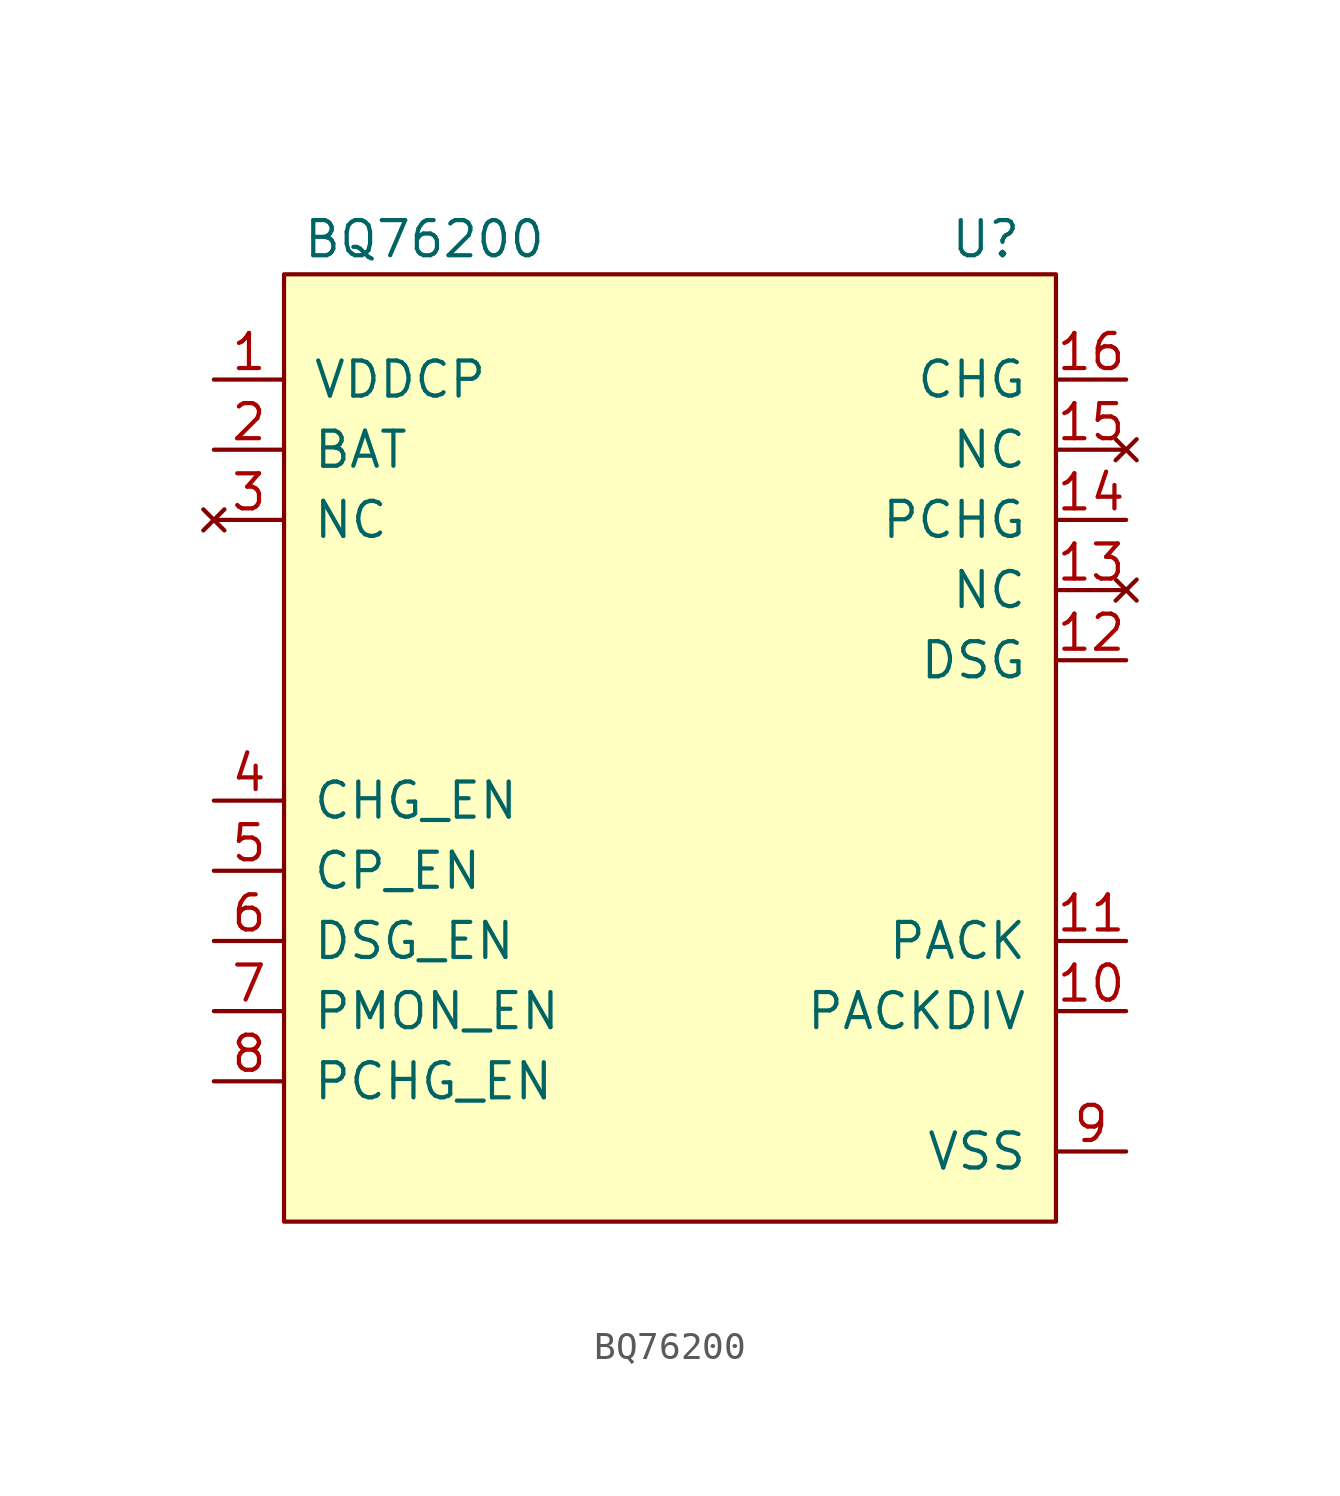
<source format=kicad_sym>
(kicad_symbol_lib
  (version 20220914)
  (generator kicad_symbol_editor)
  (symbol "BQ76200"
    (pin_names
      (offset 1.016))
    (property "Reference" "U"
      (at 11.43 17.78 0)
      (effects (font (size 1.27 1.27))))
    (property "Value" "BQ76200"
      (at -8.89 17.78 0)
      (effects (font (size 1.27 1.27))))
    (symbol "BQ76200_0_1"
      (rectangle (start -13.97 16.51) (end 13.97 -17.78) (stroke (width 0) (type solid)) (fill (type background))))
    (symbol "BQ76200_1_1"
      (pin passive line (at -16.51 12.7 0) (length 2.54) (name "VDDCP" (effects (font (size 1.27 1.27)))) (number "1" (effects (font (size 1.27 1.27)))))
      (pin output line (at 16.51 -10.16 180) (length 2.54) (name "PACKDIV" (effects (font (size 1.27 1.27)))) (number "10" (effects (font (size 1.27 1.27)))))
      (pin input line (at 16.51 -7.62 180) (length 2.54) (name "PACK" (effects (font (size 1.27 1.27)))) (number "11" (effects (font (size 1.27 1.27)))))
      (pin output line (at 16.51 2.54 180) (length 2.54) (name "DSG" (effects (font (size 1.27 1.27)))) (number "12" (effects (font (size 1.27 1.27)))))
      (pin no_connect line (at 16.51 5.08 180) (length 2.54) (name "NC" (effects (font (size 1.27 1.27)))) (number "13" (effects (font (size 1.27 1.27)))))
      (pin output line (at 16.51 7.62 180) (length 2.54) (name "PCHG" (effects (font (size 1.27 1.27)))) (number "14" (effects (font (size 1.27 1.27)))))
      (pin no_connect line (at 16.51 10.16 180) (length 2.54) (name "NC" (effects (font (size 1.27 1.27)))) (number "15" (effects (font (size 1.27 1.27)))))
      (pin output line (at 16.51 12.7 180) (length 2.54) (name "CHG" (effects (font (size 1.27 1.27)))) (number "16" (effects (font (size 1.27 1.27)))))
      (pin power_in line (at -16.51 10.16 0) (length 2.54) (name "BAT" (effects (font (size 1.27 1.27)))) (number "2" (effects (font (size 1.27 1.27)))))
      (pin no_connect line (at -16.51 7.62 0) (length 2.54) (name "NC" (effects (font (size 1.27 1.27)))) (number "3" (effects (font (size 1.27 1.27)))))
      (pin input line (at -16.51 -2.54 0) (length 2.54) (name "CHG_EN" (effects (font (size 1.27 1.27)))) (number "4" (effects (font (size 1.27 1.27)))))
      (pin input line (at -16.51 -5.08 0) (length 2.54) (name "CP_EN" (effects (font (size 1.27 1.27)))) (number "5" (effects (font (size 1.27 1.27)))))
      (pin input line (at -16.51 -7.62 0) (length 2.54) (name "DSG_EN" (effects (font (size 1.27 1.27)))) (number "6" (effects (font (size 1.27 1.27)))))
      (pin input line (at -16.51 -10.16 0) (length 2.54) (name "PMON_EN" (effects (font (size 1.27 1.27)))) (number "7" (effects (font (size 1.27 1.27)))))
      (pin input line (at -16.51 -12.7 0) (length 2.54) (name "PCHG_EN" (effects (font (size 1.27 1.27)))) (number "8" (effects (font (size 1.27 1.27)))))
      (pin power_in line (at 16.51 -15.24 180) (length 2.54) (name "VSS" (effects (font (size 1.27 1.27)))) (number "9" (effects (font (size 1.27 1.27))))))))
</source>
